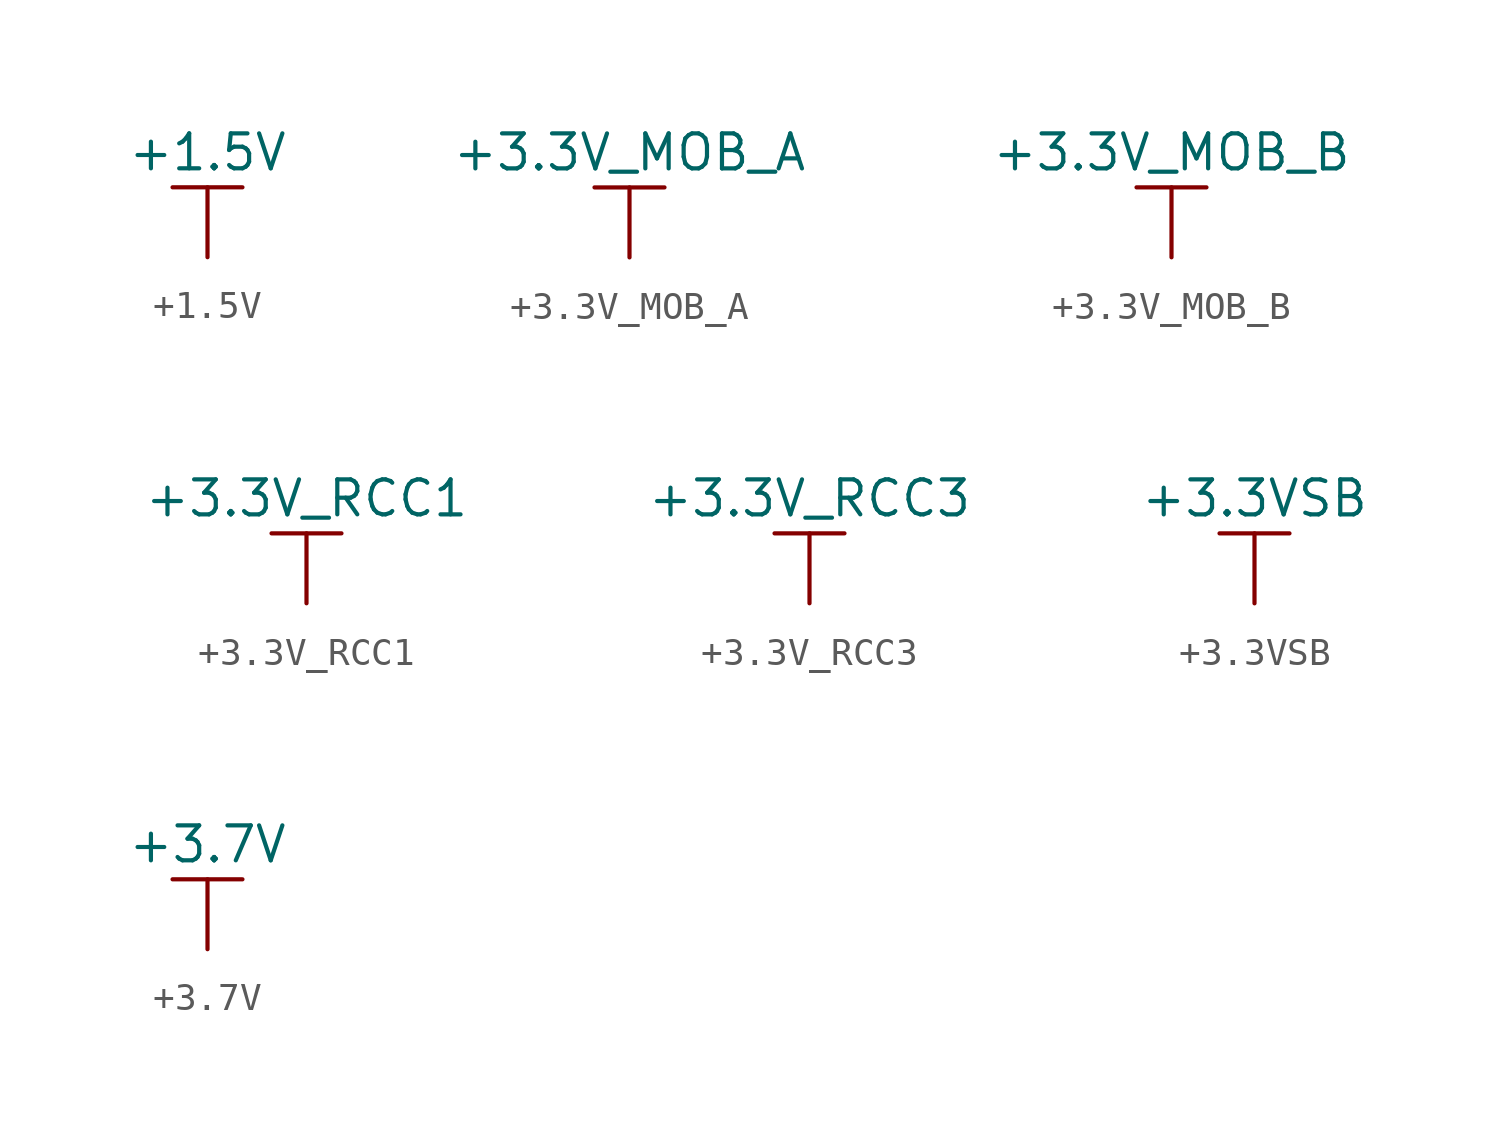
<source format=kicad_sym>
(kicad_symbol_lib
  (version 20211014)
  (generator kicad_symbol_editor)
  (symbol "+1.5V"
    (power)
    (pin_names
      (offset 0))
    (property "Reference" "#PWR"
      (at 0 -3.81 0)
      (effects (font (size 1.27 1.27)) hide))
    (property "Value" "+1.5V"
      (at 0 3.81 0)
      (effects (font (size 1.27 1.27))))
    (symbol "+1.5V_0_1"
      (polyline (pts (xy -1.27 2.54) (xy 1.27 2.54)) (stroke (width 0) (type default) (color 0 0 0 0)) (fill (type none)))
      (polyline (pts (xy 0 0) (xy 0 2.54)) (stroke (width 0) (type default) (color 0 0 0 0)) (fill (type none))))
    (symbol "+1.5V_1_1"
      (pin power_in line (at 0 0 90) (length 0) hide (name "+1.5V" (effects (font (size 1.27 1.27)))) (number "1" (effects (font (size 1.27 1.27)))))))
  (symbol "+3.3V_MOB_A"
    (power)
    (pin_names
      (offset 0))
    (property "Reference" "#PWR"
      (at 0 -3.81 0)
      (effects (font (size 1.27 1.27)) hide))
    (property "Value" "+3.3V_MOB_A"
      (at 0 3.81 0)
      (effects (font (size 1.27 1.27))))
    (symbol "+3.3V_MOB_A_0_1"
      (polyline (pts (xy -1.27 2.54) (xy 1.27 2.54)) (stroke (width 0) (type default) (color 0 0 0 0)) (fill (type none)))
      (polyline (pts (xy 0 0) (xy 0 2.54)) (stroke (width 0) (type default) (color 0 0 0 0)) (fill (type none))))
    (symbol "+3.3V_MOB_A_1_1"
      (pin power_in line (at 0 0 90) (length 0) hide (name "+3.3V_MOB_A" (effects (font (size 1.27 1.27)))) (number "1" (effects (font (size 1.27 1.27)))))))
  (symbol "+3.3V_MOB_B"
    (power)
    (pin_names
      (offset 0))
    (property "Reference" "#PWR"
      (at 0 -3.81 0)
      (effects (font (size 1.27 1.27)) hide))
    (property "Value" "+3.3V_MOB_B"
      (at 0 3.81 0)
      (effects (font (size 1.27 1.27))))
    (symbol "+3.3V_MOB_B_0_1"
      (polyline (pts (xy -1.27 2.54) (xy 1.27 2.54)) (stroke (width 0) (type default) (color 0 0 0 0)) (fill (type none)))
      (polyline (pts (xy 0 0) (xy 0 2.54)) (stroke (width 0) (type default) (color 0 0 0 0)) (fill (type none))))
    (symbol "+3.3V_MOB_B_1_1"
      (pin power_in line (at 0 0 90) (length 0) hide (name "+3.3V_MOB_B" (effects (font (size 1.27 1.27)))) (number "1" (effects (font (size 1.27 1.27)))))))
  (symbol "+3.3V_RCC1"
    (power)
    (pin_names
      (offset 0))
    (property "Reference" "#PWR"
      (at 0 -3.81 0)
      (effects (font (size 1.27 1.27)) hide))
    (property "Value" "+3.3V_RCC1"
      (at 0 3.81 0)
      (effects (font (size 1.27 1.27))))
    (symbol "+3.3V_RCC1_0_1"
      (polyline (pts (xy -1.27 2.54) (xy 1.27 2.54)) (stroke (width 0) (type default) (color 0 0 0 0)) (fill (type none)))
      (polyline (pts (xy 0 0) (xy 0 2.54)) (stroke (width 0) (type default) (color 0 0 0 0)) (fill (type none))))
    (symbol "+3.3V_RCC1_1_1"
      (pin power_in line (at 0 0 90) (length 0) hide (name "+3.3V_RCC1" (effects (font (size 1.27 1.27)))) (number "1" (effects (font (size 1.27 1.27)))))))
  (symbol "+3.3V_RCC3"
    (power)
    (pin_names
      (offset 0))
    (property "Reference" "#PWR"
      (at 0 -3.81 0)
      (effects (font (size 1.27 1.27)) hide))
    (property "Value" "+3.3V_RCC3"
      (at 0 3.81 0)
      (effects (font (size 1.27 1.27))))
    (symbol "+3.3V_RCC3_0_1"
      (polyline (pts (xy -1.27 2.54) (xy 1.27 2.54)) (stroke (width 0) (type default) (color 0 0 0 0)) (fill (type none)))
      (polyline (pts (xy 0 0) (xy 0 2.54)) (stroke (width 0) (type default) (color 0 0 0 0)) (fill (type none))))
    (symbol "+3.3V_RCC3_1_1"
      (pin power_in line (at 0 0 90) (length 0) hide (name "+3.3V_RCC3" (effects (font (size 1.27 1.27)))) (number "1" (effects (font (size 1.27 1.27)))))))
  (symbol "+3.3VSB"
    (power)
    (pin_names
      (offset 0))
    (property "Reference" "#PWR"
      (at 0 -3.81 0)
      (effects (font (size 1.27 1.27)) hide))
    (property "Value" "+3.3VSB"
      (at 0 3.81 0)
      (effects (font (size 1.27 1.27))))
    (symbol "+3.3VSB_0_1"
      (polyline (pts (xy -1.27 2.54) (xy 1.27 2.54)) (stroke (width 0) (type default) (color 0 0 0 0)) (fill (type none)))
      (polyline (pts (xy 0 0) (xy 0 2.54)) (stroke (width 0) (type default) (color 0 0 0 0)) (fill (type none))))
    (symbol "+3.3VSB_1_1"
      (pin power_in line (at 0 0 90) (length 0) hide (name "+3.3VSB" (effects (font (size 1.27 1.27)))) (number "1" (effects (font (size 1.27 1.27)))))))
  (symbol "+3.7V"
    (power)
    (pin_names
      (offset 0))
    (property "Reference" "#PWR"
      (at 0 -3.81 0)
      (effects (font (size 1.27 1.27)) hide))
    (property "Value" "+3.7V"
      (at 0 3.81 0)
      (effects (font (size 1.27 1.27))))
    (symbol "+3.7V_0_1"
      (polyline (pts (xy -1.27 2.54) (xy 1.27 2.54)) (stroke (width 0) (type default) (color 0 0 0 0)) (fill (type none)))
      (polyline (pts (xy 0 0) (xy 0 2.54)) (stroke (width 0) (type default) (color 0 0 0 0)) (fill (type none))))
    (symbol "+3.7V_1_1"
      (pin power_in line (at 0 0 90) (length 0) hide (name "+3.7V" (effects (font (size 1.27 1.27)))) (number "1" (effects (font (size 1.27 1.27))))))))
</source>
